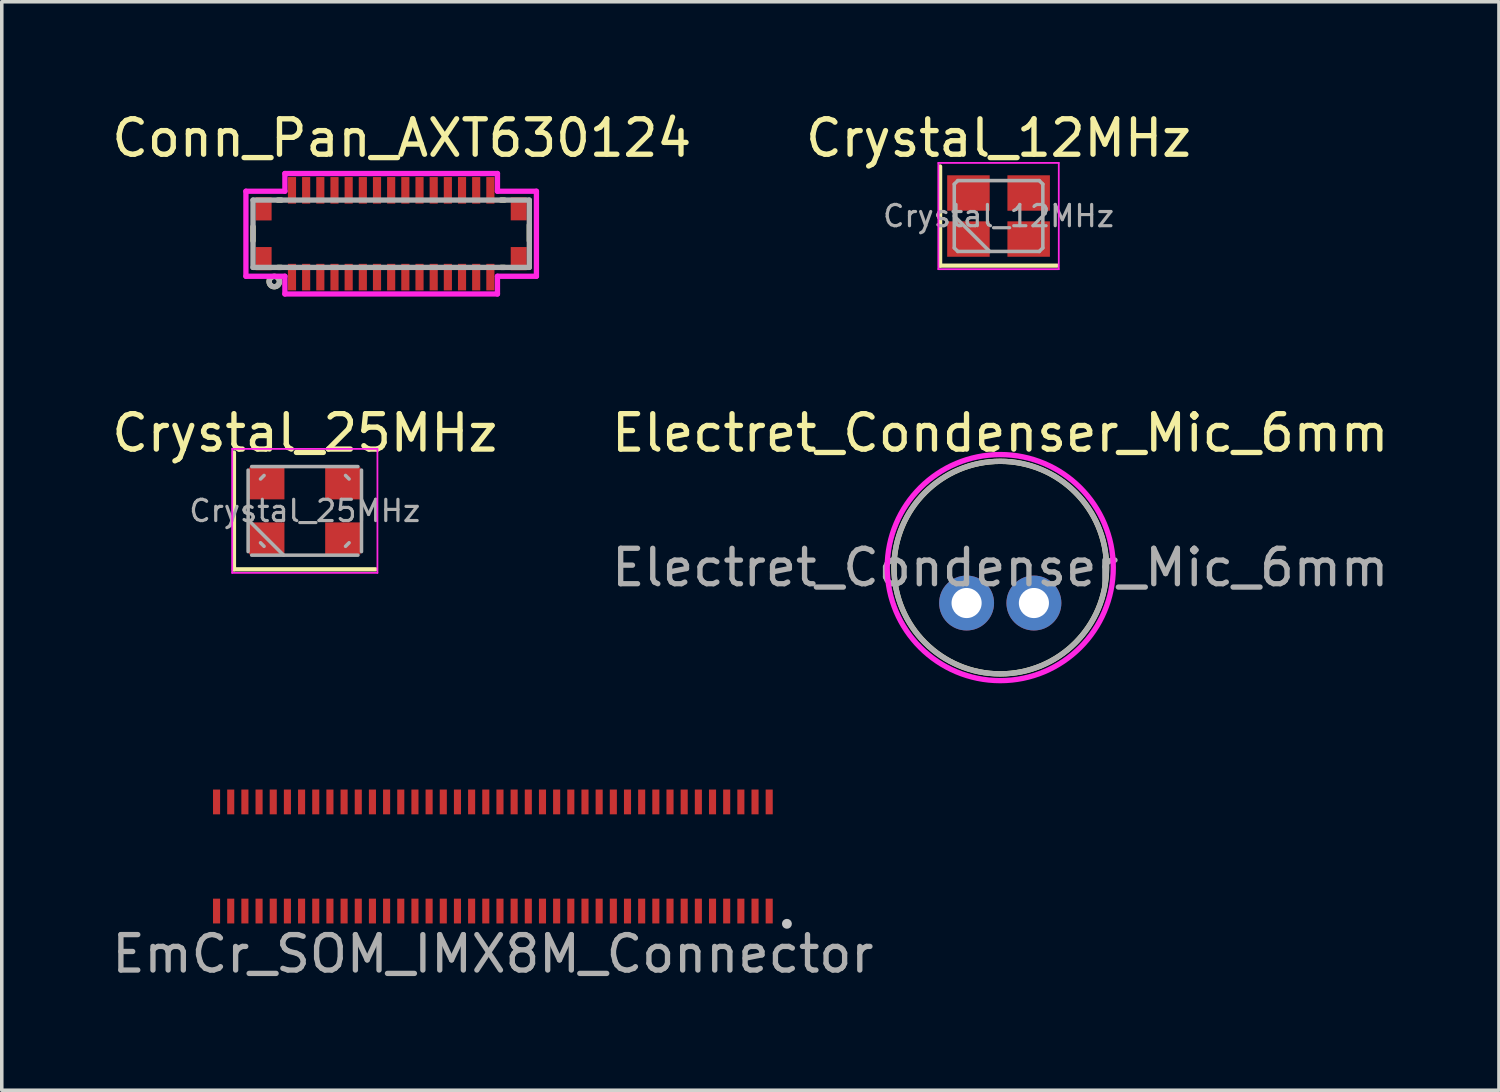
<source format=kicad_pcb>
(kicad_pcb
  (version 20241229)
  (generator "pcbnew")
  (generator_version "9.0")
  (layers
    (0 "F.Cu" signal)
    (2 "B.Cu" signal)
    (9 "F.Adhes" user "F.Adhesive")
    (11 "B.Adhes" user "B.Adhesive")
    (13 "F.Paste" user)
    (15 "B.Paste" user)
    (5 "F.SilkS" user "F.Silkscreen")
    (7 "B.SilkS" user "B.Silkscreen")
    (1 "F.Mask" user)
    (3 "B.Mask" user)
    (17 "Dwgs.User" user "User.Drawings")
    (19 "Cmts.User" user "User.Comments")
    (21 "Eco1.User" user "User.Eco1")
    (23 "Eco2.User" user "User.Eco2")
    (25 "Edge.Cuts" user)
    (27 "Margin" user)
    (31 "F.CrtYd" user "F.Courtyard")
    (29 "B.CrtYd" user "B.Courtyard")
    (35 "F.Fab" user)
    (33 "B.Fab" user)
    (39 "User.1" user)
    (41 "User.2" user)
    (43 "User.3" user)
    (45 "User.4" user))
  (footprint "Electret_Condenser_Mic_6mm"
    (layer "F.Cu")
    (at 25.185 12.972)
    (property "Reference" "Electret_Condenser_Mic_6mm" (at 0 -3.8 0) (layer "F.SilkS") (effects (font (size 1 1) (thickness 0.15))))
    (attr through_hole)
    (fp_circle (center 0 0) (end 3 0) (stroke (width 0.15) (type solid)) (fill no) (layer "F.SilkS"))
    (fp_circle (center 0 0) (end 2.7 1.7) (stroke (width 0.15) (type solid)) (fill no) (layer "F.CrtYd"))
    (fp_circle (center 0 0) (end 3 0) (stroke (width 0.15) (type solid)) (fill no) (layer "F.Fab"))
    (fp_text user "${REFERENCE}" (at 0 0 0) (layer "F.Fab") (effects (font (size 1 1) (thickness 0.15))))
    (pad "1" thru_hole circle (at 0.95 1) (size 1.55 1.55) (drill 0.85) (layers "*.Cu" "*.Mask"))
    (pad "2" thru_hole circle (at -0.95 1) (size 1.55 1.55) (drill 0.85) (layers "*.Cu" "*.Mask")))
  (footprint "Crystal_25MHz"
    (layer "F.Cu")
    (at 5.554 11.371)
    (property "Reference" "Crystal_25MHz" (at 0 -2.2 0) (layer "F.SilkS") (effects (font (size 1 1) (thickness 0.15))))
    (attr smd)
    (fp_line (start -2 -1.65) (end -2 1.65) (stroke (width 0.12) (type solid)) (layer "F.SilkS"))
    (fp_line (start -2 1.65) (end 2 1.65) (stroke (width 0.12) (type solid)) (layer "F.SilkS"))
    (fp_line (start -2.05 -1.75) (end -2.05 1.75) (stroke (width 0.05) (type solid)) (layer "F.CrtYd"))
    (fp_line (start -2.05 1.75) (end 2.05 1.75) (stroke (width 0.05) (type solid)) (layer "F.CrtYd"))
    (fp_line (start 2.05 -1.75) (end -2.05 -1.75) (stroke (width 0.05) (type solid)) (layer "F.CrtYd"))
    (fp_line (start 2.05 1.75) (end 2.05 -1.75) (stroke (width 0.05) (type solid)) (layer "F.CrtYd"))
    (fp_line (start -1.6 0.25) (end -0.6 1.25) (stroke (width 0.1) (type solid)) (layer "F.Fab"))
    (fp_line (start -1.6 1.15) (end -1.6 -1.15) (stroke (width 0.1) (type solid)) (layer "F.Fab"))
    (fp_line (start -1.5 -1.25) (end 1.5 -1.25) (stroke (width 0.1) (type solid)) (layer "F.Fab"))
    (fp_line (start -1.25 -0.9) (end -1.15 -1) (stroke (width 0.1) (type solid)) (layer "F.Fab"))
    (fp_line (start -1.15 1) (end -1.25 0.9) (stroke (width 0.1) (type solid)) (layer "F.Fab"))
    (fp_line (start 1.15 -1) (end 1.25 -0.9) (stroke (width 0.1) (type solid)) (layer "F.Fab"))
    (fp_line (start 1.25 0.9) (end 1.15 1) (stroke (width 0.1) (type solid)) (layer "F.Fab"))
    (fp_line (start 1.5 1.25) (end -1.5 1.25) (stroke (width 0.1) (type solid)) (layer "F.Fab"))
    (fp_line (start 1.6 -1.15) (end 1.6 1.15) (stroke (width 0.1) (type solid)) (layer "F.Fab"))
    (fp_text user "${REFERENCE}" (at 0 0 0) (layer "F.Fab") (effects (font (size 0.6 0.6) (thickness 0.09))))
    (pad "1" smd rect (at -1.075 0.775) (size 1 0.9) (layers "F.Cu" "F.Mask" "F.Paste"))
    (pad "2" smd rect (at 1.075 0.775) (size 1 0.9) (layers "F.Cu" "F.Mask" "F.Paste"))
    (pad "3" smd rect (at 1.075 -0.775) (size 1 0.9) (layers "F.Cu" "F.Mask" "F.Paste"))
    (pad "4" smd rect (at -1.075 -0.775) (size 1 0.9) (layers "F.Cu" "F.Mask" "F.Paste")))
  (footprint "Crystal_12MHz"
    (layer "F.Cu")
    (at 25.137 3.048)
    (property "Reference" "Crystal_12MHz" (at 0 -2.2 0) (layer "F.SilkS") (effects (font (size 1 1) (thickness 0.15))))
    (attr smd)
    (fp_line (start -1.65 -1.4) (end -1.65 1.4) (stroke (width 0.12) (type solid)) (layer "F.SilkS"))
    (fp_line (start -1.65 1.4) (end 1.65 1.4) (stroke (width 0.12) (type solid)) (layer "F.SilkS"))
    (fp_line (start -1.7 -1.5) (end -1.7 1.5) (stroke (width 0.05) (type solid)) (layer "F.CrtYd"))
    (fp_line (start -1.7 1.5) (end 1.7 1.5) (stroke (width 0.05) (type solid)) (layer "F.CrtYd"))
    (fp_line (start 1.7 -1.5) (end -1.7 -1.5) (stroke (width 0.05) (type solid)) (layer "F.CrtYd"))
    (fp_line (start 1.7 1.5) (end 1.7 -1.5) (stroke (width 0.05) (type solid)) (layer "F.CrtYd"))
    (fp_line (start -1.25 -0.9) (end -1.15 -1) (stroke (width 0.1) (type solid)) (layer "F.Fab"))
    (fp_line (start -1.25 0) (end -0.25 1) (stroke (width 0.1) (type solid)) (layer "F.Fab"))
    (fp_line (start -1.25 0.9) (end -1.25 -0.9) (stroke (width 0.1) (type solid)) (layer "F.Fab"))
    (fp_line (start -1.15 -1) (end 1.15 -1) (stroke (width 0.1) (type solid)) (layer "F.Fab"))
    (fp_line (start -1.15 1) (end -1.25 0.9) (stroke (width 0.1) (type solid)) (layer "F.Fab"))
    (fp_line (start 1.15 -1) (end 1.25 -0.9) (stroke (width 0.1) (type solid)) (layer "F.Fab"))
    (fp_line (start 1.15 1) (end -1.15 1) (stroke (width 0.1) (type solid)) (layer "F.Fab"))
    (fp_line (start 1.25 -0.9) (end 1.25 0.9) (stroke (width 0.1) (type solid)) (layer "F.Fab"))
    (fp_line (start 1.25 0.9) (end 1.15 1) (stroke (width 0.1) (type solid)) (layer "F.Fab"))
    (fp_text user "${REFERENCE}" (at 0 0 0) (layer "F.Fab") (effects (font (size 0.6 0.6) (thickness 0.09))))
    (pad "1" smd rect (at -0.85 0.65) (size 1.2 1) (layers "F.Cu" "F.Mask" "F.Paste"))
    (pad "2" smd rect (at 0.85 0.65) (size 1.2 1) (layers "F.Cu" "F.Mask" "F.Paste"))
    (pad "3" smd rect (at 0.85 -0.65) (size 1.2 1) (layers "F.Cu" "F.Mask" "F.Paste"))
    (pad "4" smd rect (at -0.85 -0.65) (size 1.2 1) (layers "F.Cu" "F.Mask" "F.Paste")))
  (footprint "Conn_Pan_AXT630124"
    (layer "F.Cu")
    (at 7.992 3.548)
    (property "Reference" "Conn_Pan_AXT630124" (at 0.3 -2.7 0) (layer "F.SilkS") (effects (font (size 1 1) (thickness 0.15))))
    (attr through_hole)
    (fp_line (start -3.9 -0.2) (end -3.9 0.2) (stroke (width 0.15) (type solid)) (layer "F.SilkS"))
    (fp_line (start -3.2 -0.95) (end -3.1 -0.95) (stroke (width 0.15) (type solid)) (layer "F.SilkS"))
    (fp_line (start -3.2 0.95) (end -3.1 0.95) (stroke (width 0.15) (type solid)) (layer "F.SilkS"))
    (fp_line (start 3.1 -0.95) (end 3.2 -0.95) (stroke (width 0.15) (type solid)) (layer "F.SilkS"))
    (fp_line (start 3.1 0.95) (end 3.2 0.95) (stroke (width 0.15) (type solid)) (layer "F.SilkS"))
    (fp_line (start 3.9 -0.25) (end 3.9 0.2) (stroke (width 0.15) (type solid)) (layer "F.SilkS"))
    (fp_circle (center -3.3 1.35) (end -3.25 1.4) (stroke (width 0.15) (type solid)) (fill no) (layer "F.SilkS"))
    (fp_line (start -4.1 -1.2) (end -3 -1.2) (stroke (width 0.15) (type solid)) (layer "F.CrtYd"))
    (fp_line (start -4.1 1.2) (end -4.1 -1.2) (stroke (width 0.15) (type solid)) (layer "F.CrtYd"))
    (fp_line (start -3 -1.7) (end 3 -1.7) (stroke (width 0.15) (type solid)) (layer "F.CrtYd"))
    (fp_line (start -3 -1.2) (end -3 -1.7) (stroke (width 0.15) (type solid)) (layer "F.CrtYd"))
    (fp_line (start -3 1.2) (end -4.1 1.2) (stroke (width 0.15) (type solid)) (layer "F.CrtYd"))
    (fp_line (start -3 1.7) (end -3 1.2) (stroke (width 0.15) (type solid)) (layer "F.CrtYd"))
    (fp_line (start 3 -1.7) (end 3 -1.2) (stroke (width 0.15) (type solid)) (layer "F.CrtYd"))
    (fp_line (start 3 -1.2) (end 4.1 -1.2) (stroke (width 0.15) (type solid)) (layer "F.CrtYd"))
    (fp_line (start 3 1.2) (end 3 1.7) (stroke (width 0.15) (type solid)) (layer "F.CrtYd"))
    (fp_line (start 3 1.7) (end -3 1.7) (stroke (width 0.15) (type solid)) (layer "F.CrtYd"))
    (fp_line (start 4.1 -1.2) (end 4.1 1.2) (stroke (width 0.15) (type solid)) (layer "F.CrtYd"))
    (fp_line (start 4.1 1.2) (end 3 1.2) (stroke (width 0.15) (type solid)) (layer "F.CrtYd"))
    (fp_line (start -3.9 -0.95) (end 3.9 -0.95) (stroke (width 0.15) (type solid)) (layer "F.Fab"))
    (fp_line (start -3.9 0.95) (end -3.9 -0.95) (stroke (width 0.15) (type solid)) (layer "F.Fab"))
    (fp_line (start 3.9 -0.95) (end 3.9 0.95) (stroke (width 0.15) (type solid)) (layer "F.Fab"))
    (fp_line (start 3.9 0.95) (end -3.9 0.95) (stroke (width 0.15) (type solid)) (layer "F.Fab"))
    (fp_circle (center -3.3 1.35) (end -3.25 1.4) (stroke (width 0.15) (type solid)) (fill no) (layer "F.Fab"))
    (pad "" smd rect (at -3.6 -0.703) (size 0.45 0.655) (layers "F.Cu" "F.Mask" "F.Paste"))
    (pad "" smd rect (at -3.6 0.703) (size 0.45 0.655) (layers "F.Cu" "F.Mask" "F.Paste"))
    (pad "" smd rect (at 3.6 -0.703) (size 0.45 0.65) (layers "F.Cu" "F.Mask" "F.Paste"))
    (pad "" smd rect (at 3.6 0.703) (size 0.45 0.655) (layers "F.Cu" "F.Mask" "F.Paste"))
    (pad "1" smd rect (at -2.8 1.225) (size 0.23 0.75) (layers "F.Cu" "F.Mask" "F.Paste"))
    (pad "2" smd rect (at -2.8 -1.225) (size 0.23 0.75) (layers "F.Cu" "F.Mask" "F.Paste"))
    (pad "3" smd rect (at -2.4 1.225) (size 0.23 0.75) (layers "F.Cu" "F.Mask" "F.Paste"))
    (pad "4" smd rect (at -2.4 -1.225) (size 0.23 0.75) (layers "F.Cu" "F.Mask" "F.Paste"))
    (pad "5" smd rect (at -2 1.225) (size 0.23 0.75) (layers "F.Cu" "F.Mask" "F.Paste"))
    (pad "6" smd rect (at -2 -1.225) (size 0.23 0.75) (layers "F.Cu" "F.Mask" "F.Paste"))
    (pad "7" smd rect (at -1.6 1.225) (size 0.23 0.75) (layers "F.Cu" "F.Mask" "F.Paste"))
    (pad "8" smd rect (at -1.6 -1.225) (size 0.23 0.75) (layers "F.Cu" "F.Mask" "F.Paste"))
    (pad "9" smd rect (at -1.2 1.225) (size 0.23 0.75) (layers "F.Cu" "F.Mask" "F.Paste"))
    (pad "10" smd rect (at -1.2 -1.225) (size 0.23 0.75) (layers "F.Cu" "F.Mask" "F.Paste"))
    (pad "11" smd rect (at -0.8 1.225) (size 0.23 0.75) (layers "F.Cu" "F.Mask" "F.Paste"))
    (pad "12" smd rect (at -0.8 -1.225) (size 0.23 0.75) (layers "F.Cu" "F.Mask" "F.Paste"))
    (pad "13" smd rect (at -0.4 1.225) (size 0.23 0.75) (layers "F.Cu" "F.Mask" "F.Paste"))
    (pad "14" smd rect (at -0.4 -1.225) (size 0.23 0.75) (layers "F.Cu" "F.Mask" "F.Paste"))
    (pad "15" smd rect (at 0 1.225) (size 0.23 0.75) (layers "F.Cu" "F.Mask" "F.Paste"))
    (pad "16" smd rect (at 0 -1.225) (size 0.23 0.75) (layers "F.Cu" "F.Mask" "F.Paste"))
    (pad "17" smd rect (at 0.4 1.225) (size 0.23 0.75) (layers "F.Cu" "F.Mask" "F.Paste"))
    (pad "18" smd rect (at 0.4 -1.225) (size 0.23 0.75) (layers "F.Cu" "F.Mask" "F.Paste"))
    (pad "19" smd rect (at 0.8 1.225) (size 0.23 0.75) (layers "F.Cu" "F.Mask" "F.Paste"))
    (pad "20" smd rect (at 0.8 -1.225) (size 0.23 0.75) (layers "F.Cu" "F.Mask" "F.Paste"))
    (pad "21" smd rect (at 1.2 1.225) (size 0.23 0.75) (layers "F.Cu" "F.Mask" "F.Paste"))
    (pad "22" smd rect (at 1.2 -1.225) (size 0.23 0.75) (layers "F.Cu" "F.Mask" "F.Paste"))
    (pad "23" smd rect (at 1.6 1.225) (size 0.23 0.75) (layers "F.Cu" "F.Mask" "F.Paste"))
    (pad "24" smd rect (at 1.6 -1.225) (size 0.23 0.75) (layers "F.Cu" "F.Mask" "F.Paste"))
    (pad "25" smd rect (at 2 1.225) (size 0.23 0.75) (layers "F.Cu" "F.Mask" "F.Paste"))
    (pad "26" smd rect (at 2 -1.225) (size 0.23 0.75) (layers "F.Cu" "F.Mask" "F.Paste"))
    (pad "27" smd rect (at 2.4 1.225) (size 0.23 0.75) (layers "F.Cu" "F.Mask" "F.Paste"))
    (pad "28" smd rect (at 2.4 -1.225) (size 0.23 0.75) (layers "F.Cu" "F.Mask" "F.Paste"))
    (pad "29" smd rect (at 2.8 1.225) (size 0.23 0.75) (layers "F.Cu" "F.Mask" "F.Paste"))
    (pad "30" smd rect (at 2.8 -1.225) (size 0.23 0.75) (layers "F.Cu" "F.Mask" "F.Paste")))
  (footprint "EmCr_SOM_IMX8M_Connector"
    (layer "F.Cu")
    (at 10.863 21.127)
    (property "Reference" "EmCr_SOM_IMX8M_Connector" (at 0 2.75 0) (layer "F.Fab") (effects (font (size 1 1) (thickness 0.15))))
    (attr smd)
    (fp_circle (center 8.3 1.9) (end 8.23 1.9) (stroke (width 0.14) (type solid)) (fill no) (layer "Dwgs.User"))
    (pad "1" smd rect (at 7.8 1.54 180) (size 0.2 0.7) (layers "F.Cu" "F.Mask" "F.Paste"))
    (pad "2" smd rect (at 7.8 -1.54) (size 0.2 0.7) (layers "F.Cu" "F.Mask" "F.Paste"))
    (pad "3" smd rect (at 7.4 1.54 180) (size 0.2 0.7) (layers "F.Cu" "F.Mask" "F.Paste"))
    (pad "4" smd rect (at 7.4 -1.54) (size 0.2 0.7) (layers "F.Cu" "F.Mask" "F.Paste"))
    (pad "5" smd rect (at 7 1.54 180) (size 0.2 0.7) (layers "F.Cu" "F.Mask" "F.Paste"))
    (pad "6" smd rect (at 7 -1.54) (size 0.2 0.7) (layers "F.Cu" "F.Mask" "F.Paste"))
    (pad "7" smd rect (at 6.6 1.54 180) (size 0.2 0.7) (layers "F.Cu" "F.Mask" "F.Paste"))
    (pad "8" smd rect (at 6.6 -1.54) (size 0.2 0.7) (layers "F.Cu" "F.Mask" "F.Paste"))
    (pad "9" smd rect (at 6.2 1.54 180) (size 0.2 0.7) (layers "F.Cu" "F.Mask" "F.Paste"))
    (pad "10" smd rect (at 6.2 -1.54) (size 0.2 0.7) (layers "F.Cu" "F.Mask" "F.Paste"))
    (pad "11" smd rect (at 5.8 1.54 180) (size 0.2 0.7) (layers "F.Cu" "F.Mask" "F.Paste"))
    (pad "12" smd rect (at 5.8 -1.54) (size 0.2 0.7) (layers "F.Cu" "F.Mask" "F.Paste"))
    (pad "13" smd rect (at 5.4 1.54 180) (size 0.2 0.7) (layers "F.Cu" "F.Mask" "F.Paste"))
    (pad "14" smd rect (at 5.4 -1.54) (size 0.2 0.7) (layers "F.Cu" "F.Mask" "F.Paste"))
    (pad "15" smd rect (at 5 1.54 180) (size 0.2 0.7) (layers "F.Cu" "F.Mask" "F.Paste"))
    (pad "16" smd rect (at 5 -1.54) (size 0.2 0.7) (layers "F.Cu" "F.Mask" "F.Paste"))
    (pad "17" smd rect (at 4.6 1.54 180) (size 0.2 0.7) (layers "F.Cu" "F.Mask" "F.Paste"))
    (pad "18" smd rect (at 4.6 -1.54) (size 0.2 0.7) (layers "F.Cu" "F.Mask" "F.Paste"))
    (pad "19" smd rect (at 4.2 1.54 180) (size 0.2 0.7) (layers "F.Cu" "F.Mask" "F.Paste"))
    (pad "20" smd rect (at 4.2 -1.54) (size 0.2 0.7) (layers "F.Cu" "F.Mask" "F.Paste"))
    (pad "21" smd rect (at 3.8 1.54 180) (size 0.2 0.7) (layers "F.Cu" "F.Mask" "F.Paste"))
    (pad "22" smd rect (at 3.8 -1.54) (size 0.2 0.7) (layers "F.Cu" "F.Mask" "F.Paste"))
    (pad "23" smd rect (at 3.4 1.54 180) (size 0.2 0.7) (layers "F.Cu" "F.Mask" "F.Paste"))
    (pad "24" smd rect (at 3.4 -1.54) (size 0.2 0.7) (layers "F.Cu" "F.Mask" "F.Paste"))
    (pad "25" smd rect (at 3 1.54 180) (size 0.2 0.7) (layers "F.Cu" "F.Mask" "F.Paste"))
    (pad "26" smd rect (at 3 -1.54) (size 0.2 0.7) (layers "F.Cu" "F.Mask" "F.Paste"))
    (pad "27" smd rect (at 2.6 1.54 180) (size 0.2 0.7) (layers "F.Cu" "F.Mask" "F.Paste"))
    (pad "28" smd rect (at 2.6 -1.54) (size 0.2 0.7) (layers "F.Cu" "F.Mask" "F.Paste"))
    (pad "29" smd rect (at 2.2 1.54 180) (size 0.2 0.7) (layers "F.Cu" "F.Mask" "F.Paste"))
    (pad "30" smd rect (at 2.2 -1.54) (size 0.2 0.7) (layers "F.Cu" "F.Mask" "F.Paste"))
    (pad "31" smd rect (at 1.8 1.54 180) (size 0.2 0.7) (layers "F.Cu" "F.Mask" "F.Paste"))
    (pad "32" smd rect (at 1.8 -1.54) (size 0.2 0.7) (layers "F.Cu" "F.Mask" "F.Paste"))
    (pad "33" smd rect (at 1.4 1.54 180) (size 0.2 0.7) (layers "F.Cu" "F.Mask" "F.Paste"))
    (pad "34" smd rect (at 1.4 -1.54) (size 0.2 0.7) (layers "F.Cu" "F.Mask" "F.Paste"))
    (pad "35" smd rect (at 1 1.54 180) (size 0.2 0.7) (layers "F.Cu" "F.Mask" "F.Paste"))
    (pad "36" smd rect (at 1 -1.54) (size 0.2 0.7) (layers "F.Cu" "F.Mask" "F.Paste"))
    (pad "37" smd rect (at 0.6 1.54 180) (size 0.2 0.7) (layers "F.Cu" "F.Mask" "F.Paste"))
    (pad "38" smd rect (at 0.6 -1.54) (size 0.2 0.7) (layers "F.Cu" "F.Mask" "F.Paste"))
    (pad "39" smd rect (at 0.2 1.54 180) (size 0.2 0.7) (layers "F.Cu" "F.Mask" "F.Paste"))
    (pad "40" smd rect (at 0.2 -1.54) (size 0.2 0.7) (layers "F.Cu" "F.Mask" "F.Paste"))
    (pad "41" smd rect (at -0.2 1.54 180) (size 0.2 0.7) (layers "F.Cu" "F.Mask" "F.Paste"))
    (pad "42" smd rect (at -0.2 -1.54) (size 0.2 0.7) (layers "F.Cu" "F.Mask" "F.Paste"))
    (pad "43" smd rect (at -0.6 1.54 180) (size 0.2 0.7) (layers "F.Cu" "F.Mask" "F.Paste"))
    (pad "44" smd rect (at -0.6 -1.54) (size 0.2 0.7) (layers "F.Cu" "F.Mask" "F.Paste"))
    (pad "45" smd rect (at -1 1.54 180) (size 0.2 0.7) (layers "F.Cu" "F.Mask" "F.Paste"))
    (pad "46" smd rect (at -1 -1.54) (size 0.2 0.7) (layers "F.Cu" "F.Mask" "F.Paste"))
    (pad "47" smd rect (at -1.4 1.54 180) (size 0.2 0.7) (layers "F.Cu" "F.Mask" "F.Paste"))
    (pad "48" smd rect (at -1.4 -1.54) (size 0.2 0.7) (layers "F.Cu" "F.Mask" "F.Paste"))
    (pad "49" smd rect (at -1.8 1.54 180) (size 0.2 0.7) (layers "F.Cu" "F.Mask" "F.Paste"))
    (pad "50" smd rect (at -1.8 -1.54) (size 0.2 0.7) (layers "F.Cu" "F.Mask" "F.Paste"))
    (pad "51" smd rect (at -2.2 1.54 180) (size 0.2 0.7) (layers "F.Cu" "F.Mask" "F.Paste"))
    (pad "52" smd rect (at -2.2 -1.54) (size 0.2 0.7) (layers "F.Cu" "F.Mask" "F.Paste"))
    (pad "53" smd rect (at -2.6 1.54 180) (size 0.2 0.7) (layers "F.Cu" "F.Mask" "F.Paste"))
    (pad "54" smd rect (at -2.6 -1.54) (size 0.2 0.7) (layers "F.Cu" "F.Mask" "F.Paste"))
    (pad "55" smd rect (at -3 1.54 180) (size 0.2 0.7) (layers "F.Cu" "F.Mask" "F.Paste"))
    (pad "56" smd rect (at -3 -1.54) (size 0.2 0.7) (layers "F.Cu" "F.Mask" "F.Paste"))
    (pad "57" smd rect (at -3.4 1.54 180) (size 0.2 0.7) (layers "F.Cu" "F.Mask" "F.Paste"))
    (pad "58" smd rect (at -3.4 -1.54) (size 0.2 0.7) (layers "F.Cu" "F.Mask" "F.Paste"))
    (pad "59" smd rect (at -3.8 1.54 180) (size 0.2 0.7) (layers "F.Cu" "F.Mask" "F.Paste"))
    (pad "60" smd rect (at -3.8 -1.54) (size 0.2 0.7) (layers "F.Cu" "F.Mask" "F.Paste"))
    (pad "61" smd rect (at -4.2 1.54 180) (size 0.2 0.7) (layers "F.Cu" "F.Mask" "F.Paste"))
    (pad "62" smd rect (at -4.2 -1.54) (size 0.2 0.7) (layers "F.Cu" "F.Mask" "F.Paste"))
    (pad "63" smd rect (at -4.6 1.54 180) (size 0.2 0.7) (layers "F.Cu" "F.Mask" "F.Paste"))
    (pad "64" smd rect (at -4.6 -1.54) (size 0.2 0.7) (layers "F.Cu" "F.Mask" "F.Paste"))
    (pad "65" smd rect (at -5 1.54 180) (size 0.2 0.7) (layers "F.Cu" "F.Mask" "F.Paste"))
    (pad "66" smd rect (at -5 -1.54) (size 0.2 0.7) (layers "F.Cu" "F.Mask" "F.Paste"))
    (pad "67" smd rect (at -5.4 1.54 180) (size 0.2 0.7) (layers "F.Cu" "F.Mask" "F.Paste"))
    (pad "68" smd rect (at -5.4 -1.54) (size 0.2 0.7) (layers "F.Cu" "F.Mask" "F.Paste"))
    (pad "69" smd rect (at -5.8 1.54 180) (size 0.2 0.7) (layers "F.Cu" "F.Mask" "F.Paste"))
    (pad "70" smd rect (at -5.8 -1.54) (size 0.2 0.7) (layers "F.Cu" "F.Mask" "F.Paste"))
    (pad "71" smd rect (at -6.2 1.54 180) (size 0.2 0.7) (layers "F.Cu" "F.Mask" "F.Paste"))
    (pad "72" smd rect (at -6.2 -1.54) (size 0.2 0.7) (layers "F.Cu" "F.Mask" "F.Paste"))
    (pad "73" smd rect (at -6.6 1.54 180) (size 0.2 0.7) (layers "F.Cu" "F.Mask" "F.Paste"))
    (pad "74" smd rect (at -6.6 -1.54) (size 0.2 0.7) (layers "F.Cu" "F.Mask" "F.Paste"))
    (pad "75" smd rect (at -7 1.54 180) (size 0.2 0.7) (layers "F.Cu" "F.Mask" "F.Paste"))
    (pad "76" smd rect (at -7 -1.54) (size 0.2 0.7) (layers "F.Cu" "F.Mask" "F.Paste"))
    (pad "77" smd rect (at -7.4 1.54 180) (size 0.2 0.7) (layers "F.Cu" "F.Mask" "F.Paste"))
    (pad "78" smd rect (at -7.4 -1.54) (size 0.2 0.7) (layers "F.Cu" "F.Mask" "F.Paste"))
    (pad "79" smd rect (at -7.8 1.54 180) (size 0.2 0.7) (layers "F.Cu" "F.Mask" "F.Paste"))
    (pad "80" smd rect (at -7.8 -1.54) (size 0.2 0.7) (layers "F.Cu" "F.Mask" "F.Paste")))
  (gr_rect
    (start -3 -3)
    (end 39.262 27.725)
    (stroke (width 0.1) (type default))
    (fill no)
    (layer "Edge.Cuts")))
</source>
